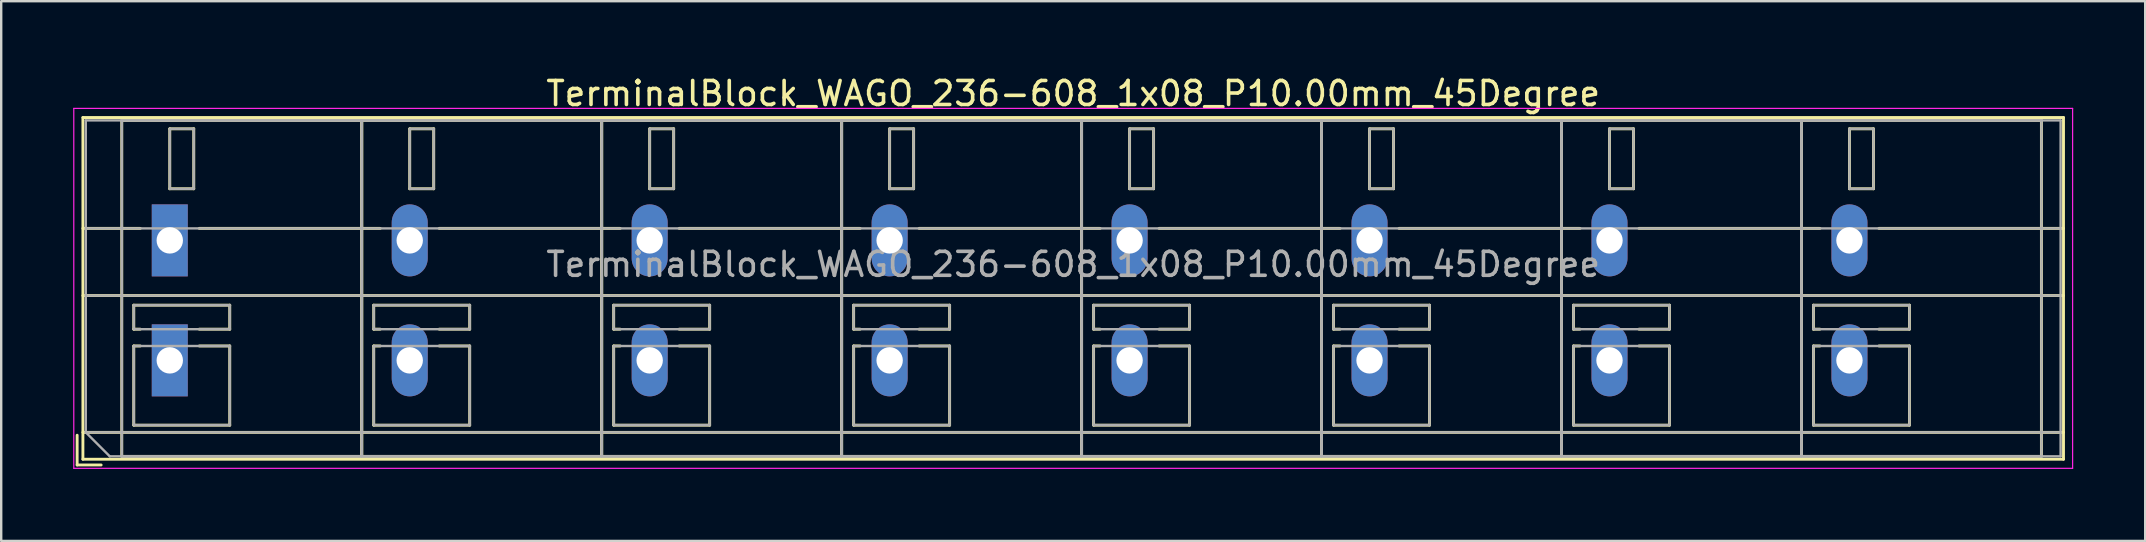
<source format=kicad_pcb>
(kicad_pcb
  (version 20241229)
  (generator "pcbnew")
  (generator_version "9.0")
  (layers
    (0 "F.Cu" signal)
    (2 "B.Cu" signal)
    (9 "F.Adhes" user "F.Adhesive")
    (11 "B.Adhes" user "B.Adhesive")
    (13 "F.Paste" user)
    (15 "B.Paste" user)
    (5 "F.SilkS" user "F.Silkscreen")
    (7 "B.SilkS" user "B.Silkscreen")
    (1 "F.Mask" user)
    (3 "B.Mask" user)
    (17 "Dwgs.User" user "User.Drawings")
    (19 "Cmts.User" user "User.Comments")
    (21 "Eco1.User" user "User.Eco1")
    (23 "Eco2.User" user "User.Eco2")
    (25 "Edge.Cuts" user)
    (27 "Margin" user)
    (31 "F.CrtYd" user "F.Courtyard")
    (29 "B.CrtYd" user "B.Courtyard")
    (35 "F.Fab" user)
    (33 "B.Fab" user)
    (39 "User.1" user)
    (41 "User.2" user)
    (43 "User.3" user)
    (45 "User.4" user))
  (footprint "TerminalBlock_WAGO_236-608_1x08_P10.00mm_45Degree"
    (layer "F.Cu")
    (at 4.025 6.968)
    (property "Reference" "TerminalBlock_WAGO_236-608_1x08_P10.00mm_45Degree" (at 37.65 -6.12 0) (layer "F.SilkS") (effects (font (size 1 1) (thickness 0.15))))
    (attr through_hole)
    (fp_line (start -3.86 8.12) (end -3.86 9.36) (stroke (width 0.12) (type solid)) (layer "F.SilkS"))
    (fp_line (start -3.86 9.36) (end -2.86 9.36) (stroke (width 0.12) (type solid)) (layer "F.SilkS"))
    (fp_line (start -3.62 -5.12) (end -3.62 9.12) (stroke (width 0.12) (type solid)) (layer "F.SilkS"))
    (fp_line (start -3.62 -5.12) (end 78.92 -5.12) (stroke (width 0.12) (type solid)) (layer "F.SilkS"))
    (fp_line (start -3.62 -0.5) (end -1.23 -0.5) (stroke (width 0.12) (type solid)) (layer "F.SilkS"))
    (fp_line (start -3.62 2.3) (end 78.92 2.3) (stroke (width 0.12) (type solid)) (layer "F.SilkS"))
    (fp_line (start -3.62 8) (end 78.92 8) (stroke (width 0.12) (type solid)) (layer "F.SilkS"))
    (fp_line (start -3.62 9.12) (end 78.92 9.12) (stroke (width 0.12) (type solid)) (layer "F.SilkS"))
    (fp_line (start -2 -5) (end -2 9) (stroke (width 0.12) (type solid)) (layer "F.SilkS"))
    (fp_line (start -2 -5) (end 8 -5) (stroke (width 0.12) (type solid)) (layer "F.SilkS"))
    (fp_line (start -2 9) (end 8 9) (stroke (width 0.12) (type solid)) (layer "F.SilkS"))
    (fp_line (start -1.5 2.7) (end -1.5 3.7) (stroke (width 0.12) (type solid)) (layer "F.SilkS"))
    (fp_line (start -1.5 2.7) (end 2.5 2.7) (stroke (width 0.12) (type solid)) (layer "F.SilkS"))
    (fp_line (start -1.5 3.7) (end -1.23 3.7) (stroke (width 0.12) (type solid)) (layer "F.SilkS"))
    (fp_line (start -1.5 4.4) (end -1.5 7.7) (stroke (width 0.12) (type solid)) (layer "F.SilkS"))
    (fp_line (start -1.5 4.4) (end -1.23 4.4) (stroke (width 0.12) (type solid)) (layer "F.SilkS"))
    (fp_line (start -1.5 7.7) (end 2.5 7.7) (stroke (width 0.12) (type solid)) (layer "F.SilkS"))
    (fp_line (start 0 -4.65) (end 0 -2.151) (stroke (width 0.12) (type solid)) (layer "F.SilkS"))
    (fp_line (start 0 -4.65) (end 1 -4.65) (stroke (width 0.12) (type solid)) (layer "F.SilkS"))
    (fp_line (start 0 -2.151) (end 1 -2.151) (stroke (width 0.12) (type solid)) (layer "F.SilkS"))
    (fp_line (start 1 -4.65) (end 1 -2.151) (stroke (width 0.12) (type solid)) (layer "F.SilkS"))
    (fp_line (start 1.23 -0.5) (end 8.77 -0.5) (stroke (width 0.12) (type solid)) (layer "F.SilkS"))
    (fp_line (start 1.23 3.7) (end 2.5 3.7) (stroke (width 0.12) (type solid)) (layer "F.SilkS"))
    (fp_line (start 1.23 4.4) (end 2.5 4.4) (stroke (width 0.12) (type solid)) (layer "F.SilkS"))
    (fp_line (start 2.5 2.7) (end 2.5 3.7) (stroke (width 0.12) (type solid)) (layer "F.SilkS"))
    (fp_line (start 2.5 4.4) (end 2.5 7.7) (stroke (width 0.12) (type solid)) (layer "F.SilkS"))
    (fp_line (start 8 -5) (end 8 9) (stroke (width 0.12) (type solid)) (layer "F.SilkS"))
    (fp_line (start 8 -5) (end 8 9) (stroke (width 0.12) (type solid)) (layer "F.SilkS"))
    (fp_line (start 8 -5) (end 18 -5) (stroke (width 0.12) (type solid)) (layer "F.SilkS"))
    (fp_line (start 8 9) (end 18 9) (stroke (width 0.12) (type solid)) (layer "F.SilkS"))
    (fp_line (start 8.5 2.7) (end 8.5 3.7) (stroke (width 0.12) (type solid)) (layer "F.SilkS"))
    (fp_line (start 8.5 2.7) (end 12.5 2.7) (stroke (width 0.12) (type solid)) (layer "F.SilkS"))
    (fp_line (start 8.5 3.7) (end 8.77 3.7) (stroke (width 0.12) (type solid)) (layer "F.SilkS"))
    (fp_line (start 8.5 4.4) (end 8.5 7.7) (stroke (width 0.12) (type solid)) (layer "F.SilkS"))
    (fp_line (start 8.5 4.4) (end 8.77 4.4) (stroke (width 0.12) (type solid)) (layer "F.SilkS"))
    (fp_line (start 8.5 7.7) (end 12.5 7.7) (stroke (width 0.12) (type solid)) (layer "F.SilkS"))
    (fp_line (start 10 -4.65) (end 10 -2.151) (stroke (width 0.12) (type solid)) (layer "F.SilkS"))
    (fp_line (start 10 -4.65) (end 11 -4.65) (stroke (width 0.12) (type solid)) (layer "F.SilkS"))
    (fp_line (start 10 -2.151) (end 11 -2.151) (stroke (width 0.12) (type solid)) (layer "F.SilkS"))
    (fp_line (start 11 -4.65) (end 11 -2.151) (stroke (width 0.12) (type solid)) (layer "F.SilkS"))
    (fp_line (start 11.23 -0.5) (end 18.77 -0.5) (stroke (width 0.12) (type solid)) (layer "F.SilkS"))
    (fp_line (start 11.23 3.7) (end 12.5 3.7) (stroke (width 0.12) (type solid)) (layer "F.SilkS"))
    (fp_line (start 11.23 4.4) (end 12.5 4.4) (stroke (width 0.12) (type solid)) (layer "F.SilkS"))
    (fp_line (start 12.5 2.7) (end 12.5 3.7) (stroke (width 0.12) (type solid)) (layer "F.SilkS"))
    (fp_line (start 12.5 4.4) (end 12.5 7.7) (stroke (width 0.12) (type solid)) (layer "F.SilkS"))
    (fp_line (start 18 -5) (end 18 9) (stroke (width 0.12) (type solid)) (layer "F.SilkS"))
    (fp_line (start 18 -5) (end 18 9) (stroke (width 0.12) (type solid)) (layer "F.SilkS"))
    (fp_line (start 18 -5) (end 28 -5) (stroke (width 0.12) (type solid)) (layer "F.SilkS"))
    (fp_line (start 18 9) (end 28 9) (stroke (width 0.12) (type solid)) (layer "F.SilkS"))
    (fp_line (start 18.5 2.7) (end 18.5 3.7) (stroke (width 0.12) (type solid)) (layer "F.SilkS"))
    (fp_line (start 18.5 2.7) (end 22.5 2.7) (stroke (width 0.12) (type solid)) (layer "F.SilkS"))
    (fp_line (start 18.5 3.7) (end 18.77 3.7) (stroke (width 0.12) (type solid)) (layer "F.SilkS"))
    (fp_line (start 18.5 4.4) (end 18.5 7.7) (stroke (width 0.12) (type solid)) (layer "F.SilkS"))
    (fp_line (start 18.5 4.4) (end 18.77 4.4) (stroke (width 0.12) (type solid)) (layer "F.SilkS"))
    (fp_line (start 18.5 7.7) (end 22.5 7.7) (stroke (width 0.12) (type solid)) (layer "F.SilkS"))
    (fp_line (start 20 -4.65) (end 20 -2.151) (stroke (width 0.12) (type solid)) (layer "F.SilkS"))
    (fp_line (start 20 -4.65) (end 21 -4.65) (stroke (width 0.12) (type solid)) (layer "F.SilkS"))
    (fp_line (start 20 -2.151) (end 21 -2.151) (stroke (width 0.12) (type solid)) (layer "F.SilkS"))
    (fp_line (start 21 -4.65) (end 21 -2.151) (stroke (width 0.12) (type solid)) (layer "F.SilkS"))
    (fp_line (start 21.23 -0.5) (end 28.77 -0.5) (stroke (width 0.12) (type solid)) (layer "F.SilkS"))
    (fp_line (start 21.23 3.7) (end 22.5 3.7) (stroke (width 0.12) (type solid)) (layer "F.SilkS"))
    (fp_line (start 21.23 4.4) (end 22.5 4.4) (stroke (width 0.12) (type solid)) (layer "F.SilkS"))
    (fp_line (start 22.5 2.7) (end 22.5 3.7) (stroke (width 0.12) (type solid)) (layer "F.SilkS"))
    (fp_line (start 22.5 4.4) (end 22.5 7.7) (stroke (width 0.12) (type solid)) (layer "F.SilkS"))
    (fp_line (start 28 -5) (end 28 9) (stroke (width 0.12) (type solid)) (layer "F.SilkS"))
    (fp_line (start 28 -5) (end 28 9) (stroke (width 0.12) (type solid)) (layer "F.SilkS"))
    (fp_line (start 28 -5) (end 38 -5) (stroke (width 0.12) (type solid)) (layer "F.SilkS"))
    (fp_line (start 28 9) (end 38 9) (stroke (width 0.12) (type solid)) (layer "F.SilkS"))
    (fp_line (start 28.5 2.7) (end 28.5 3.7) (stroke (width 0.12) (type solid)) (layer "F.SilkS"))
    (fp_line (start 28.5 2.7) (end 32.5 2.7) (stroke (width 0.12) (type solid)) (layer "F.SilkS"))
    (fp_line (start 28.5 3.7) (end 28.77 3.7) (stroke (width 0.12) (type solid)) (layer "F.SilkS"))
    (fp_line (start 28.5 4.4) (end 28.5 7.7) (stroke (width 0.12) (type solid)) (layer "F.SilkS"))
    (fp_line (start 28.5 4.4) (end 28.77 4.4) (stroke (width 0.12) (type solid)) (layer "F.SilkS"))
    (fp_line (start 28.5 7.7) (end 32.5 7.7) (stroke (width 0.12) (type solid)) (layer "F.SilkS"))
    (fp_line (start 30 -4.65) (end 30 -2.151) (stroke (width 0.12) (type solid)) (layer "F.SilkS"))
    (fp_line (start 30 -4.65) (end 31 -4.65) (stroke (width 0.12) (type solid)) (layer "F.SilkS"))
    (fp_line (start 30 -2.151) (end 31 -2.151) (stroke (width 0.12) (type solid)) (layer "F.SilkS"))
    (fp_line (start 31 -4.65) (end 31 -2.151) (stroke (width 0.12) (type solid)) (layer "F.SilkS"))
    (fp_line (start 31.23 -0.5) (end 38.77 -0.5) (stroke (width 0.12) (type solid)) (layer "F.SilkS"))
    (fp_line (start 31.23 3.7) (end 32.5 3.7) (stroke (width 0.12) (type solid)) (layer "F.SilkS"))
    (fp_line (start 31.23 4.4) (end 32.5 4.4) (stroke (width 0.12) (type solid)) (layer "F.SilkS"))
    (fp_line (start 32.5 2.7) (end 32.5 3.7) (stroke (width 0.12) (type solid)) (layer "F.SilkS"))
    (fp_line (start 32.5 4.4) (end 32.5 7.7) (stroke (width 0.12) (type solid)) (layer "F.SilkS"))
    (fp_line (start 38 -5) (end 38 9) (stroke (width 0.12) (type solid)) (layer "F.SilkS"))
    (fp_line (start 38 -5) (end 38 9) (stroke (width 0.12) (type solid)) (layer "F.SilkS"))
    (fp_line (start 38 -5) (end 48 -5) (stroke (width 0.12) (type solid)) (layer "F.SilkS"))
    (fp_line (start 38 9) (end 48 9) (stroke (width 0.12) (type solid)) (layer "F.SilkS"))
    (fp_line (start 38.5 2.7) (end 38.5 3.7) (stroke (width 0.12) (type solid)) (layer "F.SilkS"))
    (fp_line (start 38.5 2.7) (end 42.5 2.7) (stroke (width 0.12) (type solid)) (layer "F.SilkS"))
    (fp_line (start 38.5 3.7) (end 38.77 3.7) (stroke (width 0.12) (type solid)) (layer "F.SilkS"))
    (fp_line (start 38.5 4.4) (end 38.5 7.7) (stroke (width 0.12) (type solid)) (layer "F.SilkS"))
    (fp_line (start 38.5 4.4) (end 38.77 4.4) (stroke (width 0.12) (type solid)) (layer "F.SilkS"))
    (fp_line (start 38.5 7.7) (end 42.5 7.7) (stroke (width 0.12) (type solid)) (layer "F.SilkS"))
    (fp_line (start 40 -4.65) (end 40 -2.151) (stroke (width 0.12) (type solid)) (layer "F.SilkS"))
    (fp_line (start 40 -4.65) (end 41 -4.65) (stroke (width 0.12) (type solid)) (layer "F.SilkS"))
    (fp_line (start 40 -2.151) (end 41 -2.151) (stroke (width 0.12) (type solid)) (layer "F.SilkS"))
    (fp_line (start 41 -4.65) (end 41 -2.151) (stroke (width 0.12) (type solid)) (layer "F.SilkS"))
    (fp_line (start 41.23 -0.5) (end 48.77 -0.5) (stroke (width 0.12) (type solid)) (layer "F.SilkS"))
    (fp_line (start 41.23 3.7) (end 42.5 3.7) (stroke (width 0.12) (type solid)) (layer "F.SilkS"))
    (fp_line (start 41.23 4.4) (end 42.5 4.4) (stroke (width 0.12) (type solid)) (layer "F.SilkS"))
    (fp_line (start 42.5 2.7) (end 42.5 3.7) (stroke (width 0.12) (type solid)) (layer "F.SilkS"))
    (fp_line (start 42.5 4.4) (end 42.5 7.7) (stroke (width 0.12) (type solid)) (layer "F.SilkS"))
    (fp_line (start 48 -5) (end 48 9) (stroke (width 0.12) (type solid)) (layer "F.SilkS"))
    (fp_line (start 48 -5) (end 48 9) (stroke (width 0.12) (type solid)) (layer "F.SilkS"))
    (fp_line (start 48 -5) (end 58 -5) (stroke (width 0.12) (type solid)) (layer "F.SilkS"))
    (fp_line (start 48 9) (end 58 9) (stroke (width 0.12) (type solid)) (layer "F.SilkS"))
    (fp_line (start 48.5 2.7) (end 48.5 3.7) (stroke (width 0.12) (type solid)) (layer "F.SilkS"))
    (fp_line (start 48.5 2.7) (end 52.5 2.7) (stroke (width 0.12) (type solid)) (layer "F.SilkS"))
    (fp_line (start 48.5 3.7) (end 48.77 3.7) (stroke (width 0.12) (type solid)) (layer "F.SilkS"))
    (fp_line (start 48.5 4.4) (end 48.5 7.7) (stroke (width 0.12) (type solid)) (layer "F.SilkS"))
    (fp_line (start 48.5 4.4) (end 48.77 4.4) (stroke (width 0.12) (type solid)) (layer "F.SilkS"))
    (fp_line (start 48.5 7.7) (end 52.5 7.7) (stroke (width 0.12) (type solid)) (layer "F.SilkS"))
    (fp_line (start 50 -4.65) (end 50 -2.151) (stroke (width 0.12) (type solid)) (layer "F.SilkS"))
    (fp_line (start 50 -4.65) (end 51 -4.65) (stroke (width 0.12) (type solid)) (layer "F.SilkS"))
    (fp_line (start 50 -2.151) (end 51 -2.151) (stroke (width 0.12) (type solid)) (layer "F.SilkS"))
    (fp_line (start 51 -4.65) (end 51 -2.151) (stroke (width 0.12) (type solid)) (layer "F.SilkS"))
    (fp_line (start 51.23 -0.5) (end 58.77 -0.5) (stroke (width 0.12) (type solid)) (layer "F.SilkS"))
    (fp_line (start 51.23 3.7) (end 52.5 3.7) (stroke (width 0.12) (type solid)) (layer "F.SilkS"))
    (fp_line (start 51.23 4.4) (end 52.5 4.4) (stroke (width 0.12) (type solid)) (layer "F.SilkS"))
    (fp_line (start 52.5 2.7) (end 52.5 3.7) (stroke (width 0.12) (type solid)) (layer "F.SilkS"))
    (fp_line (start 52.5 4.4) (end 52.5 7.7) (stroke (width 0.12) (type solid)) (layer "F.SilkS"))
    (fp_line (start 58 -5) (end 58 9) (stroke (width 0.12) (type solid)) (layer "F.SilkS"))
    (fp_line (start 58 -5) (end 58 9) (stroke (width 0.12) (type solid)) (layer "F.SilkS"))
    (fp_line (start 58 -5) (end 68 -5) (stroke (width 0.12) (type solid)) (layer "F.SilkS"))
    (fp_line (start 58 9) (end 68 9) (stroke (width 0.12) (type solid)) (layer "F.SilkS"))
    (fp_line (start 58.5 2.7) (end 58.5 3.7) (stroke (width 0.12) (type solid)) (layer "F.SilkS"))
    (fp_line (start 58.5 2.7) (end 62.5 2.7) (stroke (width 0.12) (type solid)) (layer "F.SilkS"))
    (fp_line (start 58.5 3.7) (end 58.77 3.7) (stroke (width 0.12) (type solid)) (layer "F.SilkS"))
    (fp_line (start 58.5 4.4) (end 58.5 7.7) (stroke (width 0.12) (type solid)) (layer "F.SilkS"))
    (fp_line (start 58.5 4.4) (end 58.77 4.4) (stroke (width 0.12) (type solid)) (layer "F.SilkS"))
    (fp_line (start 58.5 7.7) (end 62.5 7.7) (stroke (width 0.12) (type solid)) (layer "F.SilkS"))
    (fp_line (start 60 -4.65) (end 60 -2.151) (stroke (width 0.12) (type solid)) (layer "F.SilkS"))
    (fp_line (start 60 -4.65) (end 61 -4.65) (stroke (width 0.12) (type solid)) (layer "F.SilkS"))
    (fp_line (start 60 -2.151) (end 61 -2.151) (stroke (width 0.12) (type solid)) (layer "F.SilkS"))
    (fp_line (start 61 -4.65) (end 61 -2.151) (stroke (width 0.12) (type solid)) (layer "F.SilkS"))
    (fp_line (start 61.23 -0.5) (end 68.77 -0.5) (stroke (width 0.12) (type solid)) (layer "F.SilkS"))
    (fp_line (start 61.23 3.7) (end 62.5 3.7) (stroke (width 0.12) (type solid)) (layer "F.SilkS"))
    (fp_line (start 61.23 4.4) (end 62.5 4.4) (stroke (width 0.12) (type solid)) (layer "F.SilkS"))
    (fp_line (start 62.5 2.7) (end 62.5 3.7) (stroke (width 0.12) (type solid)) (layer "F.SilkS"))
    (fp_line (start 62.5 4.4) (end 62.5 7.7) (stroke (width 0.12) (type solid)) (layer "F.SilkS"))
    (fp_line (start 68 -5) (end 68 9) (stroke (width 0.12) (type solid)) (layer "F.SilkS"))
    (fp_line (start 68 -5) (end 68 9) (stroke (width 0.12) (type solid)) (layer "F.SilkS"))
    (fp_line (start 68 -5) (end 78 -5) (stroke (width 0.12) (type solid)) (layer "F.SilkS"))
    (fp_line (start 68 9) (end 78 9) (stroke (width 0.12) (type solid)) (layer "F.SilkS"))
    (fp_line (start 68.5 2.7) (end 68.5 3.7) (stroke (width 0.12) (type solid)) (layer "F.SilkS"))
    (fp_line (start 68.5 2.7) (end 72.5 2.7) (stroke (width 0.12) (type solid)) (layer "F.SilkS"))
    (fp_line (start 68.5 3.7) (end 68.77 3.7) (stroke (width 0.12) (type solid)) (layer "F.SilkS"))
    (fp_line (start 68.5 4.4) (end 68.5 7.7) (stroke (width 0.12) (type solid)) (layer "F.SilkS"))
    (fp_line (start 68.5 4.4) (end 68.77 4.4) (stroke (width 0.12) (type solid)) (layer "F.SilkS"))
    (fp_line (start 68.5 7.7) (end 72.5 7.7) (stroke (width 0.12) (type solid)) (layer "F.SilkS"))
    (fp_line (start 70 -4.65) (end 70 -2.151) (stroke (width 0.12) (type solid)) (layer "F.SilkS"))
    (fp_line (start 70 -4.65) (end 71 -4.65) (stroke (width 0.12) (type solid)) (layer "F.SilkS"))
    (fp_line (start 70 -2.151) (end 71 -2.151) (stroke (width 0.12) (type solid)) (layer "F.SilkS"))
    (fp_line (start 71 -4.65) (end 71 -2.151) (stroke (width 0.12) (type solid)) (layer "F.SilkS"))
    (fp_line (start 71.23 -0.5) (end 78.92 -0.5) (stroke (width 0.12) (type solid)) (layer "F.SilkS"))
    (fp_line (start 71.23 3.7) (end 72.5 3.7) (stroke (width 0.12) (type solid)) (layer "F.SilkS"))
    (fp_line (start 71.23 4.4) (end 72.5 4.4) (stroke (width 0.12) (type solid)) (layer "F.SilkS"))
    (fp_line (start 72.5 2.7) (end 72.5 3.7) (stroke (width 0.12) (type solid)) (layer "F.SilkS"))
    (fp_line (start 72.5 4.4) (end 72.5 7.7) (stroke (width 0.12) (type solid)) (layer "F.SilkS"))
    (fp_line (start 78 -5) (end 78 9) (stroke (width 0.12) (type solid)) (layer "F.SilkS"))
    (fp_line (start 78.92 -5.12) (end 78.92 9.12) (stroke (width 0.12) (type solid)) (layer "F.SilkS"))
    (fp_line (start -4 -5.5) (end -4 9.5) (stroke (width 0.05) (type solid)) (layer "F.CrtYd"))
    (fp_line (start -4 9.5) (end 79.3 9.5) (stroke (width 0.05) (type solid)) (layer "F.CrtYd"))
    (fp_line (start 79.3 -5.5) (end -4 -5.5) (stroke (width 0.05) (type solid)) (layer "F.CrtYd"))
    (fp_line (start 79.3 9.5) (end 79.3 -5.5) (stroke (width 0.05) (type solid)) (layer "F.CrtYd"))
    (fp_line (start -3.5 -5) (end 78.8 -5) (stroke (width 0.1) (type solid)) (layer "F.Fab"))
    (fp_line (start -3.5 -0.5) (end 78.8 -0.5) (stroke (width 0.1) (type solid)) (layer "F.Fab"))
    (fp_line (start -3.5 2.3) (end 78.8 2.3) (stroke (width 0.1) (type solid)) (layer "F.Fab"))
    (fp_line (start -3.5 8) (end -3.5 -5) (stroke (width 0.1) (type solid)) (layer "F.Fab"))
    (fp_line (start -3.5 8) (end 78.8 8) (stroke (width 0.1) (type solid)) (layer "F.Fab"))
    (fp_line (start -2.5 9) (end -3.5 8) (stroke (width 0.1) (type solid)) (layer "F.Fab"))
    (fp_line (start -2 -5) (end -2 9) (stroke (width 0.1) (type solid)) (layer "F.Fab"))
    (fp_line (start -2 9) (end 8 9) (stroke (width 0.1) (type solid)) (layer "F.Fab"))
    (fp_line (start -1.5 2.7) (end -1.5 3.7) (stroke (width 0.1) (type solid)) (layer "F.Fab"))
    (fp_line (start -1.5 3.7) (end 2.5 3.7) (stroke (width 0.1) (type solid)) (layer "F.Fab"))
    (fp_line (start -1.5 4.4) (end -1.5 7.7) (stroke (width 0.1) (type solid)) (layer "F.Fab"))
    (fp_line (start -1.5 7.7) (end 2.5 7.7) (stroke (width 0.1) (type solid)) (layer "F.Fab"))
    (fp_line (start 0 -4.65) (end 0 -2.15) (stroke (width 0.1) (type solid)) (layer "F.Fab"))
    (fp_line (start 0 -2.15) (end 1 -2.15) (stroke (width 0.1) (type solid)) (layer "F.Fab"))
    (fp_line (start 1 -4.65) (end 0 -4.65) (stroke (width 0.1) (type solid)) (layer "F.Fab"))
    (fp_line (start 1 -2.15) (end 1 -4.65) (stroke (width 0.1) (type solid)) (layer "F.Fab"))
    (fp_line (start 2.5 2.7) (end -1.5 2.7) (stroke (width 0.1) (type solid)) (layer "F.Fab"))
    (fp_line (start 2.5 3.7) (end 2.5 2.7) (stroke (width 0.1) (type solid)) (layer "F.Fab"))
    (fp_line (start 2.5 4.4) (end -1.5 4.4) (stroke (width 0.1) (type solid)) (layer "F.Fab"))
    (fp_line (start 2.5 7.7) (end 2.5 4.4) (stroke (width 0.1) (type solid)) (layer "F.Fab"))
    (fp_line (start 8 -5) (end -2 -5) (stroke (width 0.1) (type solid)) (layer "F.Fab"))
    (fp_line (start 8 -5) (end 8 9) (stroke (width 0.1) (type solid)) (layer "F.Fab"))
    (fp_line (start 8 9) (end 8 -5) (stroke (width 0.1) (type solid)) (layer "F.Fab"))
    (fp_line (start 8 9) (end 18 9) (stroke (width 0.1) (type solid)) (layer "F.Fab"))
    (fp_line (start 8.5 2.7) (end 8.5 3.7) (stroke (width 0.1) (type solid)) (layer "F.Fab"))
    (fp_line (start 8.5 3.7) (end 12.5 3.7) (stroke (width 0.1) (type solid)) (layer "F.Fab"))
    (fp_line (start 8.5 4.4) (end 8.5 7.7) (stroke (width 0.1) (type solid)) (layer "F.Fab"))
    (fp_line (start 8.5 7.7) (end 12.5 7.7) (stroke (width 0.1) (type solid)) (layer "F.Fab"))
    (fp_line (start 10 -4.65) (end 10 -2.15) (stroke (width 0.1) (type solid)) (layer "F.Fab"))
    (fp_line (start 10 -2.15) (end 11 -2.15) (stroke (width 0.1) (type solid)) (layer "F.Fab"))
    (fp_line (start 11 -4.65) (end 10 -4.65) (stroke (width 0.1) (type solid)) (layer "F.Fab"))
    (fp_line (start 11 -2.15) (end 11 -4.65) (stroke (width 0.1) (type solid)) (layer "F.Fab"))
    (fp_line (start 12.5 2.7) (end 8.5 2.7) (stroke (width 0.1) (type solid)) (layer "F.Fab"))
    (fp_line (start 12.5 3.7) (end 12.5 2.7) (stroke (width 0.1) (type solid)) (layer "F.Fab"))
    (fp_line (start 12.5 4.4) (end 8.5 4.4) (stroke (width 0.1) (type solid)) (layer "F.Fab"))
    (fp_line (start 12.5 7.7) (end 12.5 4.4) (stroke (width 0.1) (type solid)) (layer "F.Fab"))
    (fp_line (start 18 -5) (end 8 -5) (stroke (width 0.1) (type solid)) (layer "F.Fab"))
    (fp_line (start 18 -5) (end 18 9) (stroke (width 0.1) (type solid)) (layer "F.Fab"))
    (fp_line (start 18 9) (end 18 -5) (stroke (width 0.1) (type solid)) (layer "F.Fab"))
    (fp_line (start 18 9) (end 28 9) (stroke (width 0.1) (type solid)) (layer "F.Fab"))
    (fp_line (start 18.5 2.7) (end 18.5 3.7) (stroke (width 0.1) (type solid)) (layer "F.Fab"))
    (fp_line (start 18.5 3.7) (end 22.5 3.7) (stroke (width 0.1) (type solid)) (layer "F.Fab"))
    (fp_line (start 18.5 4.4) (end 18.5 7.7) (stroke (width 0.1) (type solid)) (layer "F.Fab"))
    (fp_line (start 18.5 7.7) (end 22.5 7.7) (stroke (width 0.1) (type solid)) (layer "F.Fab"))
    (fp_line (start 20 -4.65) (end 20 -2.15) (stroke (width 0.1) (type solid)) (layer "F.Fab"))
    (fp_line (start 20 -2.15) (end 21 -2.15) (stroke (width 0.1) (type solid)) (layer "F.Fab"))
    (fp_line (start 21 -4.65) (end 20 -4.65) (stroke (width 0.1) (type solid)) (layer "F.Fab"))
    (fp_line (start 21 -2.15) (end 21 -4.65) (stroke (width 0.1) (type solid)) (layer "F.Fab"))
    (fp_line (start 22.5 2.7) (end 18.5 2.7) (stroke (width 0.1) (type solid)) (layer "F.Fab"))
    (fp_line (start 22.5 3.7) (end 22.5 2.7) (stroke (width 0.1) (type solid)) (layer "F.Fab"))
    (fp_line (start 22.5 4.4) (end 18.5 4.4) (stroke (width 0.1) (type solid)) (layer "F.Fab"))
    (fp_line (start 22.5 7.7) (end 22.5 4.4) (stroke (width 0.1) (type solid)) (layer "F.Fab"))
    (fp_line (start 28 -5) (end 18 -5) (stroke (width 0.1) (type solid)) (layer "F.Fab"))
    (fp_line (start 28 -5) (end 28 9) (stroke (width 0.1) (type solid)) (layer "F.Fab"))
    (fp_line (start 28 9) (end 28 -5) (stroke (width 0.1) (type solid)) (layer "F.Fab"))
    (fp_line (start 28 9) (end 38 9) (stroke (width 0.1) (type solid)) (layer "F.Fab"))
    (fp_line (start 28.5 2.7) (end 28.5 3.7) (stroke (width 0.1) (type solid)) (layer "F.Fab"))
    (fp_line (start 28.5 3.7) (end 32.5 3.7) (stroke (width 0.1) (type solid)) (layer "F.Fab"))
    (fp_line (start 28.5 4.4) (end 28.5 7.7) (stroke (width 0.1) (type solid)) (layer "F.Fab"))
    (fp_line (start 28.5 7.7) (end 32.5 7.7) (stroke (width 0.1) (type solid)) (layer "F.Fab"))
    (fp_line (start 30 -4.65) (end 30 -2.15) (stroke (width 0.1) (type solid)) (layer "F.Fab"))
    (fp_line (start 30 -2.15) (end 31 -2.15) (stroke (width 0.1) (type solid)) (layer "F.Fab"))
    (fp_line (start 31 -4.65) (end 30 -4.65) (stroke (width 0.1) (type solid)) (layer "F.Fab"))
    (fp_line (start 31 -2.15) (end 31 -4.65) (stroke (width 0.1) (type solid)) (layer "F.Fab"))
    (fp_line (start 32.5 2.7) (end 28.5 2.7) (stroke (width 0.1) (type solid)) (layer "F.Fab"))
    (fp_line (start 32.5 3.7) (end 32.5 2.7) (stroke (width 0.1) (type solid)) (layer "F.Fab"))
    (fp_line (start 32.5 4.4) (end 28.5 4.4) (stroke (width 0.1) (type solid)) (layer "F.Fab"))
    (fp_line (start 32.5 7.7) (end 32.5 4.4) (stroke (width 0.1) (type solid)) (layer "F.Fab"))
    (fp_line (start 38 -5) (end 28 -5) (stroke (width 0.1) (type solid)) (layer "F.Fab"))
    (fp_line (start 38 -5) (end 38 9) (stroke (width 0.1) (type solid)) (layer "F.Fab"))
    (fp_line (start 38 9) (end 38 -5) (stroke (width 0.1) (type solid)) (layer "F.Fab"))
    (fp_line (start 38 9) (end 48 9) (stroke (width 0.1) (type solid)) (layer "F.Fab"))
    (fp_line (start 38.5 2.7) (end 38.5 3.7) (stroke (width 0.1) (type solid)) (layer "F.Fab"))
    (fp_line (start 38.5 3.7) (end 42.5 3.7) (stroke (width 0.1) (type solid)) (layer "F.Fab"))
    (fp_line (start 38.5 4.4) (end 38.5 7.7) (stroke (width 0.1) (type solid)) (layer "F.Fab"))
    (fp_line (start 38.5 7.7) (end 42.5 7.7) (stroke (width 0.1) (type solid)) (layer "F.Fab"))
    (fp_line (start 40 -4.65) (end 40 -2.15) (stroke (width 0.1) (type solid)) (layer "F.Fab"))
    (fp_line (start 40 -2.15) (end 41 -2.15) (stroke (width 0.1) (type solid)) (layer "F.Fab"))
    (fp_line (start 41 -4.65) (end 40 -4.65) (stroke (width 0.1) (type solid)) (layer "F.Fab"))
    (fp_line (start 41 -2.15) (end 41 -4.65) (stroke (width 0.1) (type solid)) (layer "F.Fab"))
    (fp_line (start 42.5 2.7) (end 38.5 2.7) (stroke (width 0.1) (type solid)) (layer "F.Fab"))
    (fp_line (start 42.5 3.7) (end 42.5 2.7) (stroke (width 0.1) (type solid)) (layer "F.Fab"))
    (fp_line (start 42.5 4.4) (end 38.5 4.4) (stroke (width 0.1) (type solid)) (layer "F.Fab"))
    (fp_line (start 42.5 7.7) (end 42.5 4.4) (stroke (width 0.1) (type solid)) (layer "F.Fab"))
    (fp_line (start 48 -5) (end 38 -5) (stroke (width 0.1) (type solid)) (layer "F.Fab"))
    (fp_line (start 48 -5) (end 48 9) (stroke (width 0.1) (type solid)) (layer "F.Fab"))
    (fp_line (start 48 9) (end 48 -5) (stroke (width 0.1) (type solid)) (layer "F.Fab"))
    (fp_line (start 48 9) (end 58 9) (stroke (width 0.1) (type solid)) (layer "F.Fab"))
    (fp_line (start 48.5 2.7) (end 48.5 3.7) (stroke (width 0.1) (type solid)) (layer "F.Fab"))
    (fp_line (start 48.5 3.7) (end 52.5 3.7) (stroke (width 0.1) (type solid)) (layer "F.Fab"))
    (fp_line (start 48.5 4.4) (end 48.5 7.7) (stroke (width 0.1) (type solid)) (layer "F.Fab"))
    (fp_line (start 48.5 7.7) (end 52.5 7.7) (stroke (width 0.1) (type solid)) (layer "F.Fab"))
    (fp_line (start 50 -4.65) (end 50 -2.15) (stroke (width 0.1) (type solid)) (layer "F.Fab"))
    (fp_line (start 50 -2.15) (end 51 -2.15) (stroke (width 0.1) (type solid)) (layer "F.Fab"))
    (fp_line (start 51 -4.65) (end 50 -4.65) (stroke (width 0.1) (type solid)) (layer "F.Fab"))
    (fp_line (start 51 -2.15) (end 51 -4.65) (stroke (width 0.1) (type solid)) (layer "F.Fab"))
    (fp_line (start 52.5 2.7) (end 48.5 2.7) (stroke (width 0.1) (type solid)) (layer "F.Fab"))
    (fp_line (start 52.5 3.7) (end 52.5 2.7) (stroke (width 0.1) (type solid)) (layer "F.Fab"))
    (fp_line (start 52.5 4.4) (end 48.5 4.4) (stroke (width 0.1) (type solid)) (layer "F.Fab"))
    (fp_line (start 52.5 7.7) (end 52.5 4.4) (stroke (width 0.1) (type solid)) (layer "F.Fab"))
    (fp_line (start 58 -5) (end 48 -5) (stroke (width 0.1) (type solid)) (layer "F.Fab"))
    (fp_line (start 58 -5) (end 58 9) (stroke (width 0.1) (type solid)) (layer "F.Fab"))
    (fp_line (start 58 9) (end 58 -5) (stroke (width 0.1) (type solid)) (layer "F.Fab"))
    (fp_line (start 58 9) (end 68 9) (stroke (width 0.1) (type solid)) (layer "F.Fab"))
    (fp_line (start 58.5 2.7) (end 58.5 3.7) (stroke (width 0.1) (type solid)) (layer "F.Fab"))
    (fp_line (start 58.5 3.7) (end 62.5 3.7) (stroke (width 0.1) (type solid)) (layer "F.Fab"))
    (fp_line (start 58.5 4.4) (end 58.5 7.7) (stroke (width 0.1) (type solid)) (layer "F.Fab"))
    (fp_line (start 58.5 7.7) (end 62.5 7.7) (stroke (width 0.1) (type solid)) (layer "F.Fab"))
    (fp_line (start 60 -4.65) (end 60 -2.15) (stroke (width 0.1) (type solid)) (layer "F.Fab"))
    (fp_line (start 60 -2.15) (end 61 -2.15) (stroke (width 0.1) (type solid)) (layer "F.Fab"))
    (fp_line (start 61 -4.65) (end 60 -4.65) (stroke (width 0.1) (type solid)) (layer "F.Fab"))
    (fp_line (start 61 -2.15) (end 61 -4.65) (stroke (width 0.1) (type solid)) (layer "F.Fab"))
    (fp_line (start 62.5 2.7) (end 58.5 2.7) (stroke (width 0.1) (type solid)) (layer "F.Fab"))
    (fp_line (start 62.5 3.7) (end 62.5 2.7) (stroke (width 0.1) (type solid)) (layer "F.Fab"))
    (fp_line (start 62.5 4.4) (end 58.5 4.4) (stroke (width 0.1) (type solid)) (layer "F.Fab"))
    (fp_line (start 62.5 7.7) (end 62.5 4.4) (stroke (width 0.1) (type solid)) (layer "F.Fab"))
    (fp_line (start 68 -5) (end 58 -5) (stroke (width 0.1) (type solid)) (layer "F.Fab"))
    (fp_line (start 68 -5) (end 68 9) (stroke (width 0.1) (type solid)) (layer "F.Fab"))
    (fp_line (start 68 9) (end 68 -5) (stroke (width 0.1) (type solid)) (layer "F.Fab"))
    (fp_line (start 68 9) (end 78 9) (stroke (width 0.1) (type solid)) (layer "F.Fab"))
    (fp_line (start 68.5 2.7) (end 68.5 3.7) (stroke (width 0.1) (type solid)) (layer "F.Fab"))
    (fp_line (start 68.5 3.7) (end 72.5 3.7) (stroke (width 0.1) (type solid)) (layer "F.Fab"))
    (fp_line (start 68.5 4.4) (end 68.5 7.7) (stroke (width 0.1) (type solid)) (layer "F.Fab"))
    (fp_line (start 68.5 7.7) (end 72.5 7.7) (stroke (width 0.1) (type solid)) (layer "F.Fab"))
    (fp_line (start 70 -4.65) (end 70 -2.15) (stroke (width 0.1) (type solid)) (layer "F.Fab"))
    (fp_line (start 70 -2.15) (end 71 -2.15) (stroke (width 0.1) (type solid)) (layer "F.Fab"))
    (fp_line (start 71 -4.65) (end 70 -4.65) (stroke (width 0.1) (type solid)) (layer "F.Fab"))
    (fp_line (start 71 -2.15) (end 71 -4.65) (stroke (width 0.1) (type solid)) (layer "F.Fab"))
    (fp_line (start 72.5 2.7) (end 68.5 2.7) (stroke (width 0.1) (type solid)) (layer "F.Fab"))
    (fp_line (start 72.5 3.7) (end 72.5 2.7) (stroke (width 0.1) (type solid)) (layer "F.Fab"))
    (fp_line (start 72.5 4.4) (end 68.5 4.4) (stroke (width 0.1) (type solid)) (layer "F.Fab"))
    (fp_line (start 72.5 7.7) (end 72.5 4.4) (stroke (width 0.1) (type solid)) (layer "F.Fab"))
    (fp_line (start 78 -5) (end 68 -5) (stroke (width 0.1) (type solid)) (layer "F.Fab"))
    (fp_line (start 78 9) (end 78 -5) (stroke (width 0.1) (type solid)) (layer "F.Fab"))
    (fp_line (start 78.8 -5) (end 78.8 9) (stroke (width 0.1) (type solid)) (layer "F.Fab"))
    (fp_line (start 78.8 9) (end -2.5 9) (stroke (width 0.1) (type solid)) (layer "F.Fab"))
    (fp_text user "${REFERENCE}" (at 37.65 1 0) (layer "F.Fab") (effects (font (size 1 1) (thickness 0.15))))
    (pad "1" thru_hole rect (at 0 0) (size 1.5 3) (drill 1.1) (layers "*.Cu" "*.Mask"))
    (pad "1" thru_hole rect (at 0 5) (size 1.5 3) (drill 1.1) (layers "*.Cu" "*.Mask"))
    (pad "2" thru_hole oval (at 10 0) (size 1.5 3) (drill 1.1) (layers "*.Cu" "*.Mask"))
    (pad "2" thru_hole oval (at 10 5) (size 1.5 3) (drill 1.1) (layers "*.Cu" "*.Mask"))
    (pad "3" thru_hole oval (at 20 0) (size 1.5 3) (drill 1.1) (layers "*.Cu" "*.Mask"))
    (pad "3" thru_hole oval (at 20 5) (size 1.5 3) (drill 1.1) (layers "*.Cu" "*.Mask"))
    (pad "4" thru_hole oval (at 30 0) (size 1.5 3) (drill 1.1) (layers "*.Cu" "*.Mask"))
    (pad "4" thru_hole oval (at 30 5) (size 1.5 3) (drill 1.1) (layers "*.Cu" "*.Mask"))
    (pad "5" thru_hole oval (at 40 0) (size 1.5 3) (drill 1.1) (layers "*.Cu" "*.Mask"))
    (pad "5" thru_hole oval (at 40 5) (size 1.5 3) (drill 1.1) (layers "*.Cu" "*.Mask"))
    (pad "6" thru_hole oval (at 50 0) (size 1.5 3) (drill 1.1) (layers "*.Cu" "*.Mask"))
    (pad "6" thru_hole oval (at 50 5) (size 1.5 3) (drill 1.1) (layers "*.Cu" "*.Mask"))
    (pad "7" thru_hole oval (at 60 0) (size 1.5 3) (drill 1.1) (layers "*.Cu" "*.Mask"))
    (pad "7" thru_hole oval (at 60 5) (size 1.5 3) (drill 1.1) (layers "*.Cu" "*.Mask"))
    (pad "8" thru_hole oval (at 70 0) (size 1.5 3) (drill 1.1) (layers "*.Cu" "*.Mask"))
    (pad "8" thru_hole oval (at 70 5) (size 1.5 3) (drill 1.1) (layers "*.Cu" "*.Mask")))
  (gr_rect
    (start -3 -3)
    (end 86.35 19.493)
    (stroke (width 0.1) (type default))
    (fill no)
    (layer "Edge.Cuts")))
</source>
